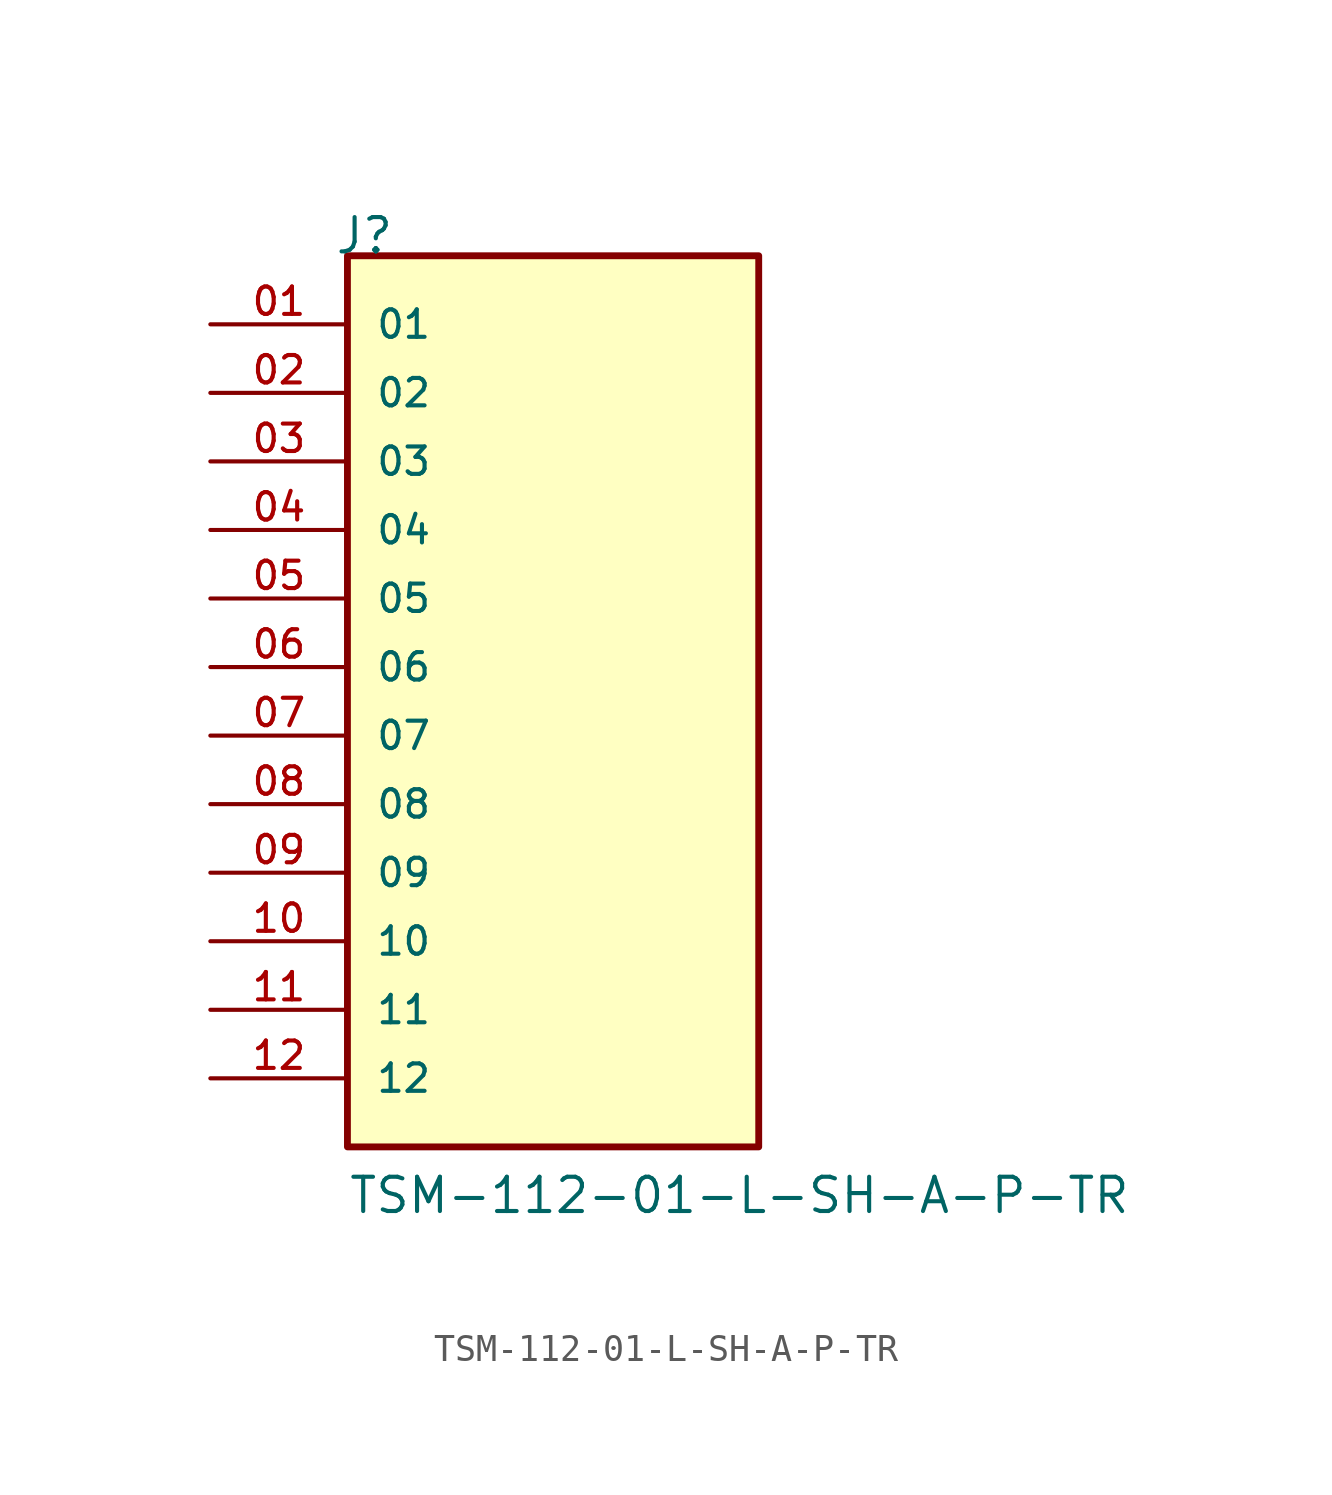
<source format=kicad_sym>
(kicad_symbol_lib
  (version 20241209)
  (generator "kicad_symbol_editor")
  (generator_version "9.0")
  (symbol "TSM-112-01-L-SH-A-P-TR"
    (pin_names
      (offset 1.016))
    (property "Reference" "J"
      (at -8.12 17.78 0)
      (effects (font (size 1.27 1.27)) (justify left bottom)))
    (property "Value" "TSM-112-01-L-SH-A-P-TR"
      (at -7.62 -17.78 0)
      (effects (font (size 1.27 1.27)) (justify left bottom)))
    (symbol "TSM-112-01-L-SH-A-P-TR_0_0"
      (rectangle (start -7.62 -15.24) (end 7.62 17.78) (stroke (width 0.254) (type default)) (fill (type background)))
      (pin passive line (at -12.7 15.24 0) (length 5.08) (name "01" (effects (font (size 1.016 1.016)))) (number "01" (effects (font (size 1.016 1.016)))))
      (pin passive line (at -12.7 12.7 0) (length 5.08) (name "02" (effects (font (size 1.016 1.016)))) (number "02" (effects (font (size 1.016 1.016)))))
      (pin passive line (at -12.7 10.16 0) (length 5.08) (name "03" (effects (font (size 1.016 1.016)))) (number "03" (effects (font (size 1.016 1.016)))))
      (pin passive line (at -12.7 7.62 0) (length 5.08) (name "04" (effects (font (size 1.016 1.016)))) (number "04" (effects (font (size 1.016 1.016)))))
      (pin passive line (at -12.7 5.08 0) (length 5.08) (name "05" (effects (font (size 1.016 1.016)))) (number "05" (effects (font (size 1.016 1.016)))))
      (pin passive line (at -12.7 2.54 0) (length 5.08) (name "06" (effects (font (size 1.016 1.016)))) (number "06" (effects (font (size 1.016 1.016)))))
      (pin passive line (at -12.7 0 0) (length 5.08) (name "07" (effects (font (size 1.016 1.016)))) (number "07" (effects (font (size 1.016 1.016)))))
      (pin passive line (at -12.7 -2.54 0) (length 5.08) (name "08" (effects (font (size 1.016 1.016)))) (number "08" (effects (font (size 1.016 1.016)))))
      (pin passive line (at -12.7 -5.08 0) (length 5.08) (name "09" (effects (font (size 1.016 1.016)))) (number "09" (effects (font (size 1.016 1.016)))))
      (pin passive line (at -12.7 -7.62 0) (length 5.08) (name "10" (effects (font (size 1.016 1.016)))) (number "10" (effects (font (size 1.016 1.016)))))
      (pin passive line (at -12.7 -10.16 0) (length 5.08) (name "11" (effects (font (size 1.016 1.016)))) (number "11" (effects (font (size 1.016 1.016)))))
      (pin passive line (at -12.7 -12.7 0) (length 5.08) (name "12" (effects (font (size 1.016 1.016)))) (number "12" (effects (font (size 1.016 1.016))))))))
</source>
